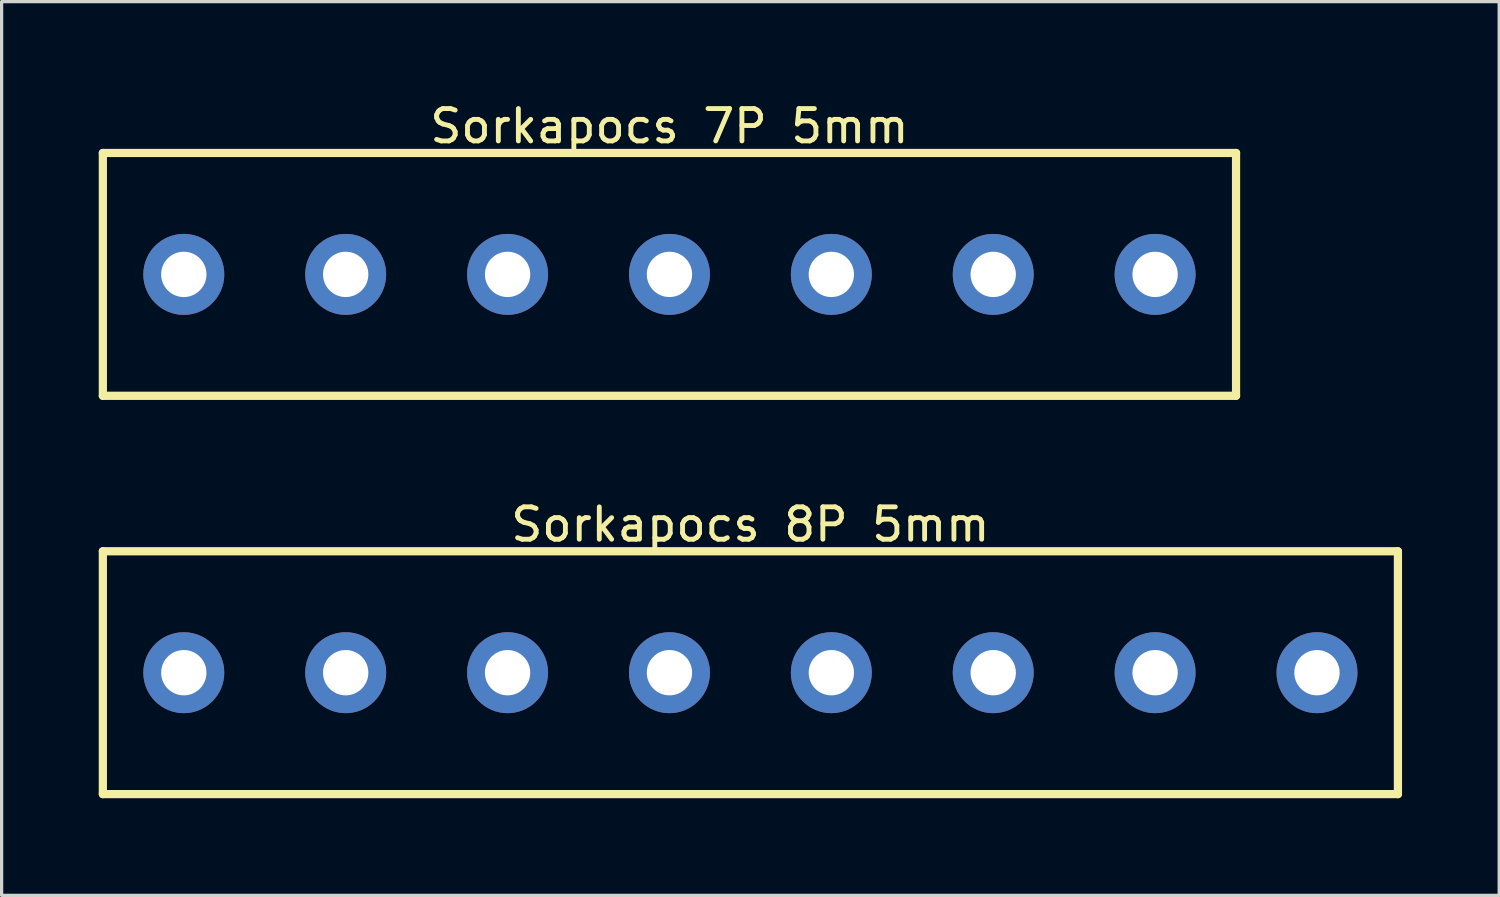
<source format=kicad_pcb>
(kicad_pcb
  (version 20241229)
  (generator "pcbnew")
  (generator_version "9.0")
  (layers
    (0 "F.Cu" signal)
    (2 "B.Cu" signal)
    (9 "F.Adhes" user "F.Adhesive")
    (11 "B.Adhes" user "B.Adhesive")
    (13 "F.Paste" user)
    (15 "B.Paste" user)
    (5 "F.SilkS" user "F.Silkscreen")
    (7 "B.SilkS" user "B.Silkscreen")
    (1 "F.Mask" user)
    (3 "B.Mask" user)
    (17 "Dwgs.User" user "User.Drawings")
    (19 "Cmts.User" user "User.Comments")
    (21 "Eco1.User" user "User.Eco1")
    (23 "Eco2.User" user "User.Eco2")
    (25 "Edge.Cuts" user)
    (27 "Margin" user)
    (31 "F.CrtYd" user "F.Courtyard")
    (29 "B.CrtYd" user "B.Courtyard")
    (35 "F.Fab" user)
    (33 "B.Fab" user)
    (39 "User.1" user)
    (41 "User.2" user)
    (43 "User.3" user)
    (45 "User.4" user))
  (footprint "Sorkapocs 8P 5mm"
    (layer "F.Cu")
    (at 20.127 17.727)
    (property "Reference" "Sorkapocs 8P 5mm" (at 0 -4.577 0) (layer "F.SilkS") (effects (font (size 1 1) (thickness 0.15))))
    (fp_line (start -20 -3.75) (end 20 -3.75) (stroke (width 0.254) (type solid)) (layer "F.SilkS"))
    (fp_line (start -20 3.75) (end -20 -3.75) (stroke (width 0.254) (type solid)) (layer "F.SilkS"))
    (fp_line (start -20 3.75) (end 20 3.75) (stroke (width 0.254) (type solid)) (layer "F.SilkS"))
    (fp_line (start 20 3.75) (end 20 -3.75) (stroke (width 0.254) (type solid)) (layer "F.SilkS"))
    (pad "1" thru_hole circle (at -17.5 0) (size 2.5 2.5) (drill 1.4) (layers "*.Cu" "*.Mask"))
    (pad "2" thru_hole circle (at -12.5 0) (size 2.5 2.5) (drill 1.4) (layers "*.Cu" "*.Mask"))
    (pad "3" thru_hole circle (at -7.5 0) (size 2.5 2.5) (drill 1.4) (layers "*.Cu" "*.Mask"))
    (pad "4" thru_hole circle (at -2.5 0) (size 2.5 2.5) (drill 1.4) (layers "*.Cu" "*.Mask"))
    (pad "5" thru_hole circle (at 2.5 0) (size 2.5 2.5) (drill 1.4) (layers "*.Cu" "*.Mask"))
    (pad "6" thru_hole circle (at 7.5 0) (size 2.5 2.5) (drill 1.4) (layers "*.Cu" "*.Mask"))
    (pad "7" thru_hole circle (at 12.5 0) (size 2.5 2.5) (drill 1.4) (layers "*.Cu" "*.Mask"))
    (pad "8" thru_hole circle (at 17.5 0) (size 2.5 2.5) (drill 1.4) (layers "*.Cu" "*.Mask")))
  (footprint "Sorkapocs 7P 5mm"
    (layer "F.Cu")
    (at 17.627 5.425)
    (property "Reference" "Sorkapocs 7P 5mm" (at 0 -4.577 0) (layer "F.SilkS") (effects (font (size 1 1) (thickness 0.15))))
    (fp_line (start -17.5 -3.75) (end 17.5 -3.75) (stroke (width 0.254) (type solid)) (layer "F.SilkS"))
    (fp_line (start -17.5 3.75) (end -17.5 -3.75) (stroke (width 0.254) (type solid)) (layer "F.SilkS"))
    (fp_line (start -17.5 3.75) (end 17.5 3.75) (stroke (width 0.254) (type solid)) (layer "F.SilkS"))
    (fp_line (start 17.5 3.75) (end 17.5 -3.75) (stroke (width 0.254) (type solid)) (layer "F.SilkS"))
    (pad "1" thru_hole circle (at -15 0) (size 2.5 2.5) (drill 1.4) (layers "*.Cu" "*.Mask"))
    (pad "2" thru_hole circle (at -10 0) (size 2.5 2.5) (drill 1.4) (layers "*.Cu" "*.Mask"))
    (pad "3" thru_hole circle (at -5 0) (size 2.5 2.5) (drill 1.4) (layers "*.Cu" "*.Mask"))
    (pad "4" thru_hole circle (at 0 0) (size 2.5 2.5) (drill 1.4) (layers "*.Cu" "*.Mask"))
    (pad "5" thru_hole circle (at 5 0) (size 2.5 2.5) (drill 1.4) (layers "*.Cu" "*.Mask"))
    (pad "6" thru_hole circle (at 10 0) (size 2.5 2.5) (drill 1.4) (layers "*.Cu" "*.Mask"))
    (pad "7" thru_hole circle (at 15 0) (size 2.5 2.5) (drill 1.4) (layers "*.Cu" "*.Mask")))
  (gr_rect
    (start -3 -3)
    (end 43.254 24.605)
    (stroke (width 0.1) (type default))
    (fill no)
    (layer "Edge.Cuts")))
</source>
